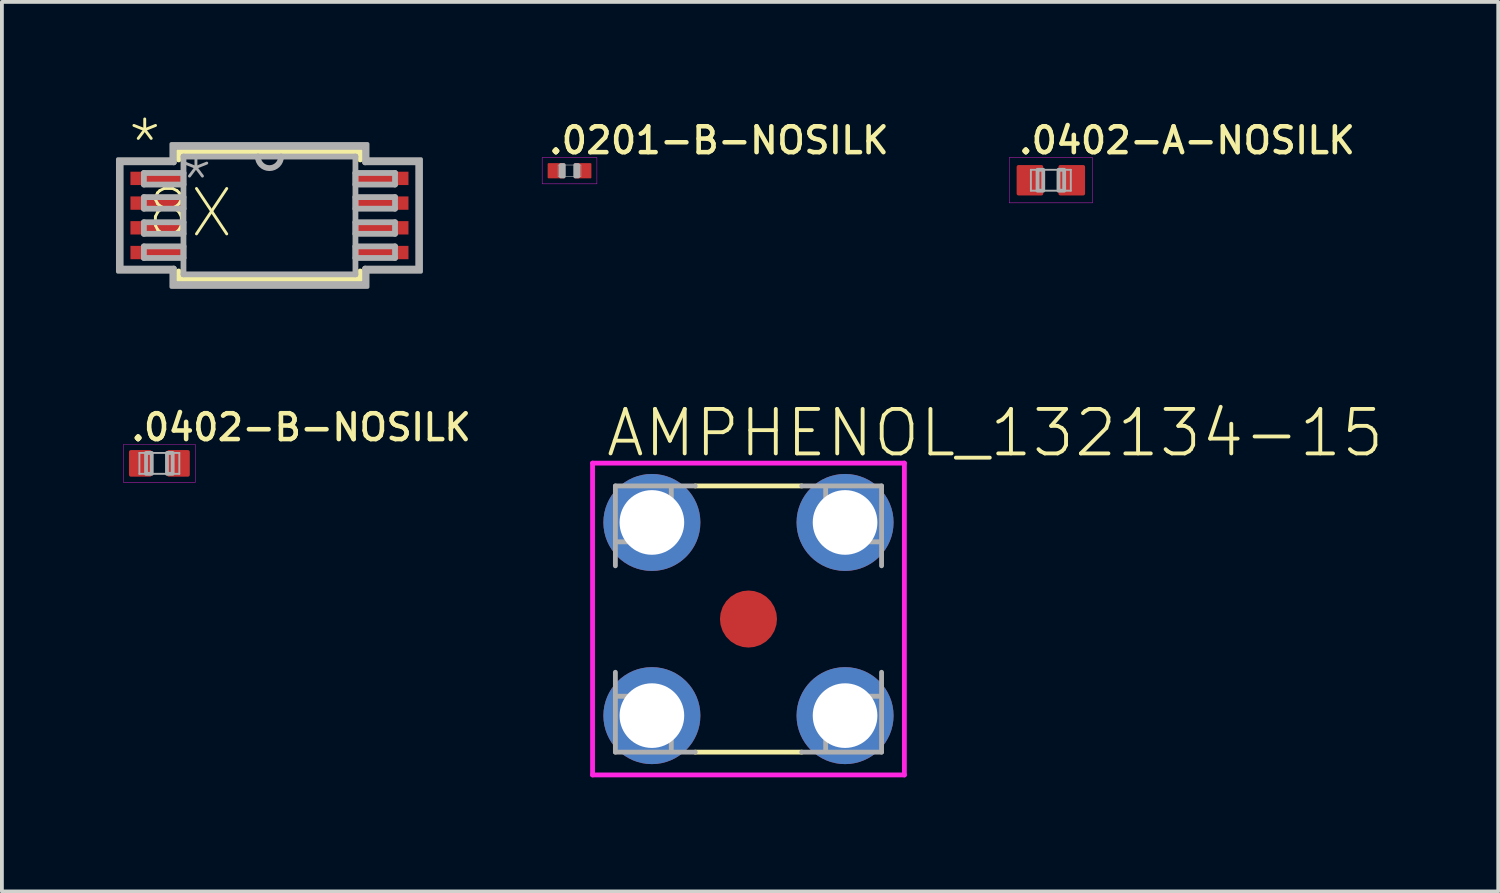
<source format=kicad_pcb>
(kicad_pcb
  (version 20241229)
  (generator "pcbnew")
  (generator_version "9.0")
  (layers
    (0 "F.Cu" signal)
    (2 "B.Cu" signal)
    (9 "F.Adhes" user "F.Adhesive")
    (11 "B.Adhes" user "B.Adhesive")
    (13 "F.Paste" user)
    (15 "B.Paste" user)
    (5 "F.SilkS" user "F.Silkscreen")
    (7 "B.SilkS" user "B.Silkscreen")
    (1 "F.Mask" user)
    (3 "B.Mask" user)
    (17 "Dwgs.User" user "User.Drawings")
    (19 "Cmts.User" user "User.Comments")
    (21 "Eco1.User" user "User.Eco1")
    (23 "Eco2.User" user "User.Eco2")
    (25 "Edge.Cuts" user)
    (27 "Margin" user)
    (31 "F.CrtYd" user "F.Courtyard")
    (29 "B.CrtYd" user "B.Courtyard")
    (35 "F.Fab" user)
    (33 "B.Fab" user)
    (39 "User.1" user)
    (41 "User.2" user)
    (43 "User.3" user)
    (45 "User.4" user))
  (footprint "AMPHENOL_132134-15"
    (layer "F.Cu")
    (at 16.633 13.229)
    (property "Reference" "AMPHENOL_132134-15" (at -3.806 -4.207 0) (unlocked yes) (layer "F.SilkS") (effects (font (size 1.17 1.17) (thickness 0.102)) (justify left bottom)))
    (fp_line (start -1.4 -3.5) (end 1.4 -3.5) (stroke (width 0.127) (type solid)) (layer "F.SilkS"))
    (fp_line (start 1.4 3.5) (end -1.4 3.5) (stroke (width 0.127) (type solid)) (layer "F.SilkS"))
    (fp_line (start -4.1 -4.1) (end 4.1 -4.1) (stroke (width 0.127) (type solid)) (layer "F.CrtYd"))
    (fp_line (start -4.1 4.1) (end -4.1 -4.1) (stroke (width 0.127) (type solid)) (layer "F.CrtYd"))
    (fp_line (start 4.1 -4.1) (end 4.1 4.1) (stroke (width 0.127) (type solid)) (layer "F.CrtYd"))
    (fp_line (start 4.1 4.1) (end -4.1 4.1) (stroke (width 0.127) (type solid)) (layer "F.CrtYd"))
    (fp_line (start -3.5 -3.5) (end -3.5 -1.4) (stroke (width 0.127) (type solid)) (layer "F.Fab"))
    (fp_line (start -3.5 3.5) (end -3.5 1.4) (stroke (width 0.127) (type solid)) (layer "F.Fab"))
    (fp_line (start -2.03 -2.03) (end -3.46 -2.03) (stroke (width 0.127) (type solid)) (layer "F.Fab"))
    (fp_line (start -2.03 -2.03) (end -2.03 -3.46) (stroke (width 0.127) (type solid)) (layer "F.Fab"))
    (fp_line (start -2.03 2.03) (end -3.46 2.03) (stroke (width 0.127) (type solid)) (layer "F.Fab"))
    (fp_line (start -2.03 2.03) (end -2.03 3.46) (stroke (width 0.127) (type solid)) (layer "F.Fab"))
    (fp_line (start -1.4 -3.5) (end -3.5 -3.5) (stroke (width 0.127) (type solid)) (layer "F.Fab"))
    (fp_line (start -1.4 3.5) (end -3.5 3.5) (stroke (width 0.127) (type solid)) (layer "F.Fab"))
    (fp_line (start 1.4 -3.5) (end 3.5 -3.5) (stroke (width 0.127) (type solid)) (layer "F.Fab"))
    (fp_line (start 1.4 3.5) (end 3.5 3.5) (stroke (width 0.127) (type solid)) (layer "F.Fab"))
    (fp_line (start 2.03 -2.03) (end 2.03 -3.46) (stroke (width 0.127) (type solid)) (layer "F.Fab"))
    (fp_line (start 2.03 -2.03) (end 3.46 -2.03) (stroke (width 0.127) (type solid)) (layer "F.Fab"))
    (fp_line (start 2.03 2.03) (end 2.03 3.46) (stroke (width 0.127) (type solid)) (layer "F.Fab"))
    (fp_line (start 2.03 2.03) (end 3.46 2.03) (stroke (width 0.127) (type solid)) (layer "F.Fab"))
    (fp_line (start 3.5 -3.5) (end 3.5 -1.4) (stroke (width 0.127) (type solid)) (layer "F.Fab"))
    (fp_line (start 3.5 3.5) (end 3.5 1.4) (stroke (width 0.127) (type solid)) (layer "F.Fab"))
    (fp_poly (pts (xy -3.105 -2.003) (xy -2 -2.003) (xy -2 -3.1) (xy -3.105 -3.1)) (stroke (width 0.1) (type default)) (fill no) (layer "F.Fab"))
    (fp_poly (pts (xy -3.1 3.1) (xy -2 3.1) (xy -2 2) (xy -3.1 2)) (stroke (width 0.1) (type default)) (fill no) (layer "F.Fab"))
    (fp_poly (pts (xy 2.001 -2.001) (xy 3.1 -2.001) (xy 3.1 -3.1) (xy 2.001 -3.1)) (stroke (width 0.1) (type default)) (fill no) (layer "F.Fab"))
    (fp_poly (pts (xy 2.004 3.106) (xy 3.1 3.106) (xy 3.1 2) (xy 2.004 2)) (stroke (width 0.1) (type default)) (fill no) (layer "F.Fab"))
    (pad "1" smd roundrect (at 0 0) (size 1.5 1.5) (layers "F.Cu" "F.Mask" "F.Paste") (roundrect_rratio 0.5))
    (pad "P1" thru_hole circle (at -2.54 -2.54) (size 2.55 2.55) (drill 1.7) (layers "*.Cu" "*.Mask"))
    (pad "P2" thru_hole circle (at 2.54 -2.54) (size 2.55 2.55) (drill 1.7) (layers "*.Cu" "*.Mask"))
    (pad "P3" thru_hole circle (at 2.54 2.54) (size 2.55 2.55) (drill 1.7) (layers "*.Cu" "*.Mask"))
    (pad "P4" thru_hole circle (at -2.54 2.54) (size 2.55 2.55) (drill 1.7) (layers "*.Cu" "*.Mask")))
  (footprint ".0402-A-NOSILK"
    (layer "F.Cu")
    (at 24.585 1.69)
    (property "Reference" ".0402-A-NOSILK" (at -0.9 -0.65 0) (unlocked yes) (layer "F.SilkS") (effects (font (size 0.68 0.68) (thickness 0.12)) (justify left bottom)))
    (fp_line (start -0.525 -0.275) (end 0.525 -0.275) (stroke (width 0.05) (type solid)) (layer "F.Mask"))
    (fp_line (start -0.525 0.275) (end -0.525 -0.275) (stroke (width 0.05) (type solid)) (layer "F.Mask"))
    (fp_line (start 0.525 -0.275) (end 0.525 0.275) (stroke (width 0.05) (type solid)) (layer "F.Mask"))
    (fp_line (start 0.525 0.275) (end -0.525 0.275) (stroke (width 0.05) (type solid)) (layer "F.Mask"))
    (fp_poly (pts (xy -0.96 0.46) (xy -0.14 0.46) (xy -0.14 -0.46) (xy -0.96 -0.46)) (stroke (width 0) (type default)) (fill yes) (layer "F.Mask"))
    (fp_poly (pts (xy 0.14 0.46) (xy 0.96 0.46) (xy 0.96 -0.46) (xy 0.14 -0.46)) (stroke (width 0) (type default)) (fill yes) (layer "F.Mask"))
    (fp_line (start -1.095 -0.595) (end -1.095 0.595) (stroke (width 0.01) (type solid)) (layer "F.CrtYd"))
    (fp_line (start -1.095 0.595) (end 1.095 0.595) (stroke (width 0.01) (type solid)) (layer "F.CrtYd"))
    (fp_line (start 1.095 -0.595) (end -1.095 -0.595) (stroke (width 0.01) (type solid)) (layer "F.CrtYd"))
    (fp_line (start 1.095 0.595) (end 1.095 -0.595) (stroke (width 0.01) (type solid)) (layer "F.CrtYd"))
    (fp_line (start -0.525 -0.275) (end 0.525 -0.275) (stroke (width 0.05) (type solid)) (layer "F.Fab"))
    (fp_line (start -0.525 0.275) (end -0.525 -0.275) (stroke (width 0.05) (type solid)) (layer "F.Fab"))
    (fp_line (start 0.525 -0.275) (end 0.525 0.275) (stroke (width 0.05) (type solid)) (layer "F.Fab"))
    (fp_line (start 0.525 0.275) (end -0.525 0.275) (stroke (width 0.05) (type solid)) (layer "F.Fab"))
    (fp_poly (pts (xy -0.35 0.275) (xy -0.2 0.275) (xy -0.2 -0.275) (xy -0.35 -0.275)) (stroke (width 0.1) (type default)) (fill no) (layer "F.Fab"))
    (fp_poly (pts (xy 0.2 0.275) (xy 0.35 0.275) (xy 0.35 -0.275) (xy 0.2 -0.275)) (stroke (width 0.1) (type default)) (fill no) (layer "F.Fab"))
    (fp_text user "${REFERENCE}" (at 0 0 0) (unlocked yes) (layer "F.Mask") (effects (font (size 0.17 0.17) (thickness 0.03))))
    (pad "1" smd roundrect (at -0.55 0) (size 0.7 0.8) (layers "F.Cu" "F.Paste") (roundrect_rratio 0.07))
    (pad "2" smd roundrect (at 0.55 0) (size 0.7 0.8) (layers "F.Cu" "F.Paste") (roundrect_rratio 0.07)))
  (footprint "8X"
    (layer "F.Cu")
    (at 4.036 2.616)
    (property "Reference" "8X" (at -3.277 0.635 0) (unlocked yes) (layer "F.SilkS") (effects (font (size 1.194 1.194) (thickness 0.076)) (justify left bottom)))
    (fp_line (start -2.388 -1.676) (end -2.388 -1.473) (stroke (width 0.152) (type solid)) (layer "F.SilkS"))
    (fp_line (start -2.388 1.473) (end -2.388 1.676) (stroke (width 0.152) (type solid)) (layer "F.SilkS"))
    (fp_line (start -2.388 1.676) (end 2.388 1.676) (stroke (width 0.152) (type solid)) (layer "F.SilkS"))
    (fp_line (start 2.388 -1.676) (end -2.388 -1.676) (stroke (width 0.152) (type solid)) (layer "F.SilkS"))
    (fp_line (start 2.388 -1.473) (end 2.388 -1.676) (stroke (width 0.152) (type solid)) (layer "F.SilkS"))
    (fp_line (start 2.388 1.676) (end 2.388 1.473) (stroke (width 0.152) (type solid)) (layer "F.SilkS"))
    (fp_line (start -3.912 -1.397) (end -2.515 -1.397) (stroke (width 0.152) (type solid)) (layer "F.Fab"))
    (fp_line (start -3.912 1.397) (end -3.912 -1.397) (stroke (width 0.152) (type solid)) (layer "F.Fab"))
    (fp_line (start -3.912 1.397) (end -2.515 1.397) (stroke (width 0.152) (type solid)) (layer "F.Fab"))
    (fp_line (start -3.302 -1.118) (end -3.302 -0.813) (stroke (width 0.152) (type solid)) (layer "F.Fab"))
    (fp_line (start -3.302 -0.813) (end -2.261 -0.813) (stroke (width 0.152) (type solid)) (layer "F.Fab"))
    (fp_line (start -3.302 -0.483) (end -3.302 -0.178) (stroke (width 0.152) (type solid)) (layer "F.Fab"))
    (fp_line (start -3.302 -0.178) (end -2.261 -0.178) (stroke (width 0.152) (type solid)) (layer "F.Fab"))
    (fp_line (start -3.302 0.178) (end -3.302 0.483) (stroke (width 0.152) (type solid)) (layer "F.Fab"))
    (fp_line (start -3.302 0.483) (end -2.261 0.483) (stroke (width 0.152) (type solid)) (layer "F.Fab"))
    (fp_line (start -3.302 0.813) (end -3.302 1.118) (stroke (width 0.152) (type solid)) (layer "F.Fab"))
    (fp_line (start -3.302 1.118) (end -2.261 1.118) (stroke (width 0.152) (type solid)) (layer "F.Fab"))
    (fp_line (start -2.515 -1.803) (end 2.515 -1.803) (stroke (width 0.152) (type solid)) (layer "F.Fab"))
    (fp_line (start -2.515 -1.397) (end -2.515 -1.803) (stroke (width 0.152) (type solid)) (layer "F.Fab"))
    (fp_line (start -2.515 1.803) (end -2.515 1.397) (stroke (width 0.152) (type solid)) (layer "F.Fab"))
    (fp_line (start -2.261 -1.549) (end -2.261 1.549) (stroke (width 0.152) (type solid)) (layer "F.Fab"))
    (fp_line (start -2.261 -1.118) (end -3.302 -1.118) (stroke (width 0.152) (type solid)) (layer "F.Fab"))
    (fp_line (start -2.261 -0.813) (end -2.261 -1.118) (stroke (width 0.152) (type solid)) (layer "F.Fab"))
    (fp_line (start -2.261 -0.483) (end -3.302 -0.483) (stroke (width 0.152) (type solid)) (layer "F.Fab"))
    (fp_line (start -2.261 -0.178) (end -2.261 -0.483) (stroke (width 0.152) (type solid)) (layer "F.Fab"))
    (fp_line (start -2.261 0.178) (end -3.302 0.178) (stroke (width 0.152) (type solid)) (layer "F.Fab"))
    (fp_line (start -2.261 0.483) (end -2.261 0.178) (stroke (width 0.152) (type solid)) (layer "F.Fab"))
    (fp_line (start -2.261 0.813) (end -3.302 0.813) (stroke (width 0.152) (type solid)) (layer "F.Fab"))
    (fp_line (start -2.261 1.118) (end -2.261 0.813) (stroke (width 0.152) (type solid)) (layer "F.Fab"))
    (fp_line (start -2.261 1.549) (end 2.261 1.549) (stroke (width 0.152) (type solid)) (layer "F.Fab"))
    (fp_line (start -0.305 -1.549) (end -2.261 -1.549) (stroke (width 0.152) (type solid)) (layer "F.Fab"))
    (fp_line (start 0.305 -1.549) (end -0.305 -1.549) (stroke (width 0.152) (type solid)) (layer "F.Fab"))
    (fp_line (start 2.261 -1.549) (end 0.305 -1.549) (stroke (width 0.152) (type solid)) (layer "F.Fab"))
    (fp_line (start 2.261 -1.118) (end 2.261 -0.813) (stroke (width 0.152) (type solid)) (layer "F.Fab"))
    (fp_line (start 2.261 -0.813) (end 3.302 -0.813) (stroke (width 0.152) (type solid)) (layer "F.Fab"))
    (fp_line (start 2.261 -0.483) (end 2.261 -0.178) (stroke (width 0.152) (type solid)) (layer "F.Fab"))
    (fp_line (start 2.261 -0.178) (end 3.302 -0.178) (stroke (width 0.152) (type solid)) (layer "F.Fab"))
    (fp_line (start 2.261 0.178) (end 2.261 0.483) (stroke (width 0.152) (type solid)) (layer "F.Fab"))
    (fp_line (start 2.261 0.483) (end 3.302 0.483) (stroke (width 0.152) (type solid)) (layer "F.Fab"))
    (fp_line (start 2.261 0.813) (end 2.261 1.118) (stroke (width 0.152) (type solid)) (layer "F.Fab"))
    (fp_line (start 2.261 1.118) (end 3.302 1.118) (stroke (width 0.152) (type solid)) (layer "F.Fab"))
    (fp_line (start 2.261 1.549) (end 2.261 -1.549) (stroke (width 0.152) (type solid)) (layer "F.Fab"))
    (fp_line (start 2.515 -1.803) (end 2.515 -1.397) (stroke (width 0.152) (type solid)) (layer "F.Fab"))
    (fp_line (start 2.515 1.397) (end 2.515 1.803) (stroke (width 0.152) (type solid)) (layer "F.Fab"))
    (fp_line (start 2.515 1.803) (end -2.515 1.803) (stroke (width 0.152) (type solid)) (layer "F.Fab"))
    (fp_line (start 3.302 -1.118) (end 2.261 -1.118) (stroke (width 0.152) (type solid)) (layer "F.Fab"))
    (fp_line (start 3.302 -0.813) (end 3.302 -1.118) (stroke (width 0.152) (type solid)) (layer "F.Fab"))
    (fp_line (start 3.302 -0.483) (end 2.261 -0.483) (stroke (width 0.152) (type solid)) (layer "F.Fab"))
    (fp_line (start 3.302 -0.178) (end 3.302 -0.483) (stroke (width 0.152) (type solid)) (layer "F.Fab"))
    (fp_line (start 3.302 0.178) (end 2.261 0.178) (stroke (width 0.152) (type solid)) (layer "F.Fab"))
    (fp_line (start 3.302 0.483) (end 3.302 0.178) (stroke (width 0.152) (type solid)) (layer "F.Fab"))
    (fp_line (start 3.302 0.813) (end 2.261 0.813) (stroke (width 0.152) (type solid)) (layer "F.Fab"))
    (fp_line (start 3.302 1.118) (end 3.302 0.813) (stroke (width 0.152) (type solid)) (layer "F.Fab"))
    (fp_line (start 3.912 -1.397) (end 2.515 -1.397) (stroke (width 0.152) (type solid)) (layer "F.Fab"))
    (fp_line (start 3.912 -1.397) (end 3.912 1.397) (stroke (width 0.152) (type solid)) (layer "F.Fab"))
    (fp_line (start 3.912 1.397) (end 2.515 1.397) (stroke (width 0.152) (type solid)) (layer "F.Fab"))
    (fp_arc (start 0.3048 -1.5494) (mid 0 -1.2446) (end -0.3048 -1.5494) (stroke (width 0.1524) (type solid)) (layer "F.Fab"))
    (fp_poly (pts (xy 2.58 -1.481) (xy 3.986 -1.481) (xy 3.986 1.481) (xy 2.58 1.481) (xy 2.58 1.88) (xy -2.58 1.88) (xy -2.58 1.481) (xy -3.986 1.481) (xy -3.986 -1.481) (xy -2.58 -1.481) (xy -2.58 -1.88) (xy 2.58 -1.88)) (stroke (width 0.1) (type default)) (fill no) (layer "F.Fab"))
    (fp_text user "*" (at -3.785 -1.194 0) (unlocked yes) (layer "F.SilkS") (effects (font (size 1.194 1.194) (thickness 0.076)) (justify left bottom)))
    (fp_text user "*" (at -2.438 -0.203 0) (unlocked yes) (layer "F.Fab") (effects (font (size 1.194 1.194) (thickness 0.076)) (justify left bottom)))
    (pad "1" smd rect (at -2.95 -0.975) (size 1.411 0.351) (layers "F.Cu" "F.Mask" "F.Paste"))
    (pad "2" smd rect (at -2.95 -0.325) (size 1.411 0.351) (layers "F.Cu" "F.Mask" "F.Paste"))
    (pad "3" smd rect (at -2.95 0.325) (size 1.411 0.351) (layers "F.Cu" "F.Mask" "F.Paste"))
    (pad "4" smd rect (at -2.95 0.975) (size 1.411 0.351) (layers "F.Cu" "F.Mask" "F.Paste"))
    (pad "5" smd rect (at 2.95 0.975) (size 1.411 0.351) (layers "F.Cu" "F.Mask" "F.Paste"))
    (pad "6" smd rect (at 2.95 0.325) (size 1.411 0.351) (layers "F.Cu" "F.Mask" "F.Paste"))
    (pad "7" smd rect (at 2.95 -0.325) (size 1.411 0.351) (layers "F.Cu" "F.Mask" "F.Paste"))
    (pad "8" smd rect (at 2.95 -0.975) (size 1.411 0.351) (layers "F.Cu" "F.Mask" "F.Paste")))
  (footprint ".0402-B-NOSILK"
    (layer "F.Cu")
    (at 1.141 9.136)
    (property "Reference" ".0402-B-NOSILK" (at -0.8 -0.55 0) (unlocked yes) (layer "F.SilkS") (effects (font (size 0.68 0.68) (thickness 0.12)) (justify left bottom)))
    (fp_line (start -0.525 -0.275) (end 0.525 -0.275) (stroke (width 0.05) (type solid)) (layer "F.Mask"))
    (fp_line (start -0.525 0.275) (end -0.525 -0.275) (stroke (width 0.05) (type solid)) (layer "F.Mask"))
    (fp_line (start 0.525 -0.275) (end 0.525 0.275) (stroke (width 0.05) (type solid)) (layer "F.Mask"))
    (fp_line (start 0.525 0.275) (end -0.525 0.275) (stroke (width 0.05) (type solid)) (layer "F.Mask"))
    (fp_poly (pts (xy -0.86 0.41) (xy -0.14 0.41) (xy -0.14 -0.41) (xy -0.86 -0.41)) (stroke (width 0) (type default)) (fill yes) (layer "F.Mask"))
    (fp_poly (pts (xy 0.14 0.41) (xy 0.86 0.41) (xy 0.86 -0.41) (xy 0.14 -0.41)) (stroke (width 0) (type default)) (fill yes) (layer "F.Mask"))
    (fp_line (start -0.945 -0.495) (end -0.945 0.495) (stroke (width 0.01) (type solid)) (layer "F.CrtYd"))
    (fp_line (start -0.945 0.495) (end 0.945 0.495) (stroke (width 0.01) (type solid)) (layer "F.CrtYd"))
    (fp_line (start 0.945 -0.495) (end -0.945 -0.495) (stroke (width 0.01) (type solid)) (layer "F.CrtYd"))
    (fp_line (start 0.945 0.495) (end 0.945 -0.495) (stroke (width 0.01) (type solid)) (layer "F.CrtYd"))
    (fp_line (start -0.525 -0.275) (end 0.525 -0.275) (stroke (width 0.05) (type solid)) (layer "F.Fab"))
    (fp_line (start -0.525 0.275) (end -0.525 -0.275) (stroke (width 0.05) (type solid)) (layer "F.Fab"))
    (fp_line (start 0.525 -0.275) (end 0.525 0.275) (stroke (width 0.05) (type solid)) (layer "F.Fab"))
    (fp_line (start 0.525 0.275) (end -0.525 0.275) (stroke (width 0.05) (type solid)) (layer "F.Fab"))
    (fp_poly (pts (xy -0.35 0.275) (xy -0.2 0.275) (xy -0.2 -0.275) (xy -0.35 -0.275)) (stroke (width 0.1) (type default)) (fill no) (layer "F.Fab"))
    (fp_poly (pts (xy 0.2 0.275) (xy 0.35 0.275) (xy 0.35 -0.275) (xy 0.2 -0.275)) (stroke (width 0.1) (type default)) (fill no) (layer "F.Fab"))
    (fp_text user "${REFERENCE}" (at 0 0 0) (unlocked yes) (layer "F.Mask") (effects (font (size 0.17 0.17) (thickness 0.03))))
    (pad "1" smd roundrect (at -0.5 0) (size 0.6 0.7) (layers "F.Cu" "F.Paste") (roundrect_rratio 0.085))
    (pad "2" smd roundrect (at 0.5 0) (size 0.6 0.7) (layers "F.Cu" "F.Paste") (roundrect_rratio 0.085)))
  (footprint ".0201-B-NOSILK"
    (layer "F.Cu")
    (at 11.927 1.44)
    (property "Reference" ".0201-B-NOSILK" (at -0.6 -0.4 0) (unlocked yes) (layer "F.SilkS") (effects (font (size 0.68 0.68) (thickness 0.12)) (justify left bottom)))
    (fp_line (start -0.3 -0.15) (end -0.3 0.15) (stroke (width 0.015) (type solid)) (layer "F.Mask"))
    (fp_line (start -0.3 0.15) (end 0.3 0.15) (stroke (width 0.015) (type solid)) (layer "F.Mask"))
    (fp_line (start 0.3 -0.15) (end -0.3 -0.15) (stroke (width 0.015) (type solid)) (layer "F.Mask"))
    (fp_line (start 0.3 0.15) (end 0.3 -0.15) (stroke (width 0.015) (type solid)) (layer "F.Mask"))
    (fp_poly (pts (xy -0.64 0.26) (xy -0.06 0.26) (xy -0.06 -0.26) (xy -0.64 -0.26)) (stroke (width 0) (type default)) (fill yes) (layer "F.Mask"))
    (fp_poly (pts (xy 0.06 0.26) (xy 0.64 0.26) (xy 0.64 -0.26) (xy 0.06 -0.26)) (stroke (width 0) (type default)) (fill yes) (layer "F.Mask"))
    (fp_line (start -0.72 -0.345) (end -0.72 0.345) (stroke (width 0.01) (type solid)) (layer "F.CrtYd"))
    (fp_line (start -0.72 0.345) (end 0.72 0.345) (stroke (width 0.01) (type solid)) (layer "F.CrtYd"))
    (fp_line (start 0.72 -0.345) (end -0.72 -0.345) (stroke (width 0.01) (type solid)) (layer "F.CrtYd"))
    (fp_line (start 0.72 0.345) (end 0.72 -0.345) (stroke (width 0.01) (type solid)) (layer "F.CrtYd"))
    (fp_line (start -0.3 -0.15) (end -0.3 0.15) (stroke (width 0.015) (type solid)) (layer "F.Fab"))
    (fp_line (start -0.3 0.15) (end 0.3 0.15) (stroke (width 0.015) (type solid)) (layer "F.Fab"))
    (fp_line (start 0.3 -0.15) (end -0.3 -0.15) (stroke (width 0.015) (type solid)) (layer "F.Fab"))
    (fp_line (start 0.3 0.15) (end 0.3 -0.15) (stroke (width 0.015) (type solid)) (layer "F.Fab"))
    (fp_poly (pts (xy -0.23 0.15) (xy -0.15 0.15) (xy -0.15 -0.15) (xy -0.23 -0.15)) (stroke (width 0.1) (type default)) (fill no) (layer "F.Fab"))
    (fp_poly (pts (xy 0.15 0.15) (xy 0.23 0.15) (xy 0.23 -0.15) (xy 0.15 -0.15)) (stroke (width 0.1) (type default)) (fill no) (layer "F.Fab"))
    (fp_text user "${REFERENCE}" (at 0 0 0) (unlocked yes) (layer "F.Mask") (effects (font (size 0.128 0.128) (thickness 0.022))))
    (pad "1" smd roundrect (at -0.35 0) (size 0.45 0.4) (layers "F.Cu" "F.Paste") (roundrect_rratio 0.06))
    (pad "2" smd roundrect (at 0.35 0) (size 0.45 0.4) (layers "F.Cu" "F.Paste") (roundrect_rratio 0.06)))
  (gr_rect
    (start -3 -3)
    (end 36.35 20.392)
    (stroke (width 0.1) (type default))
    (fill no)
    (layer "Edge.Cuts")))
</source>
